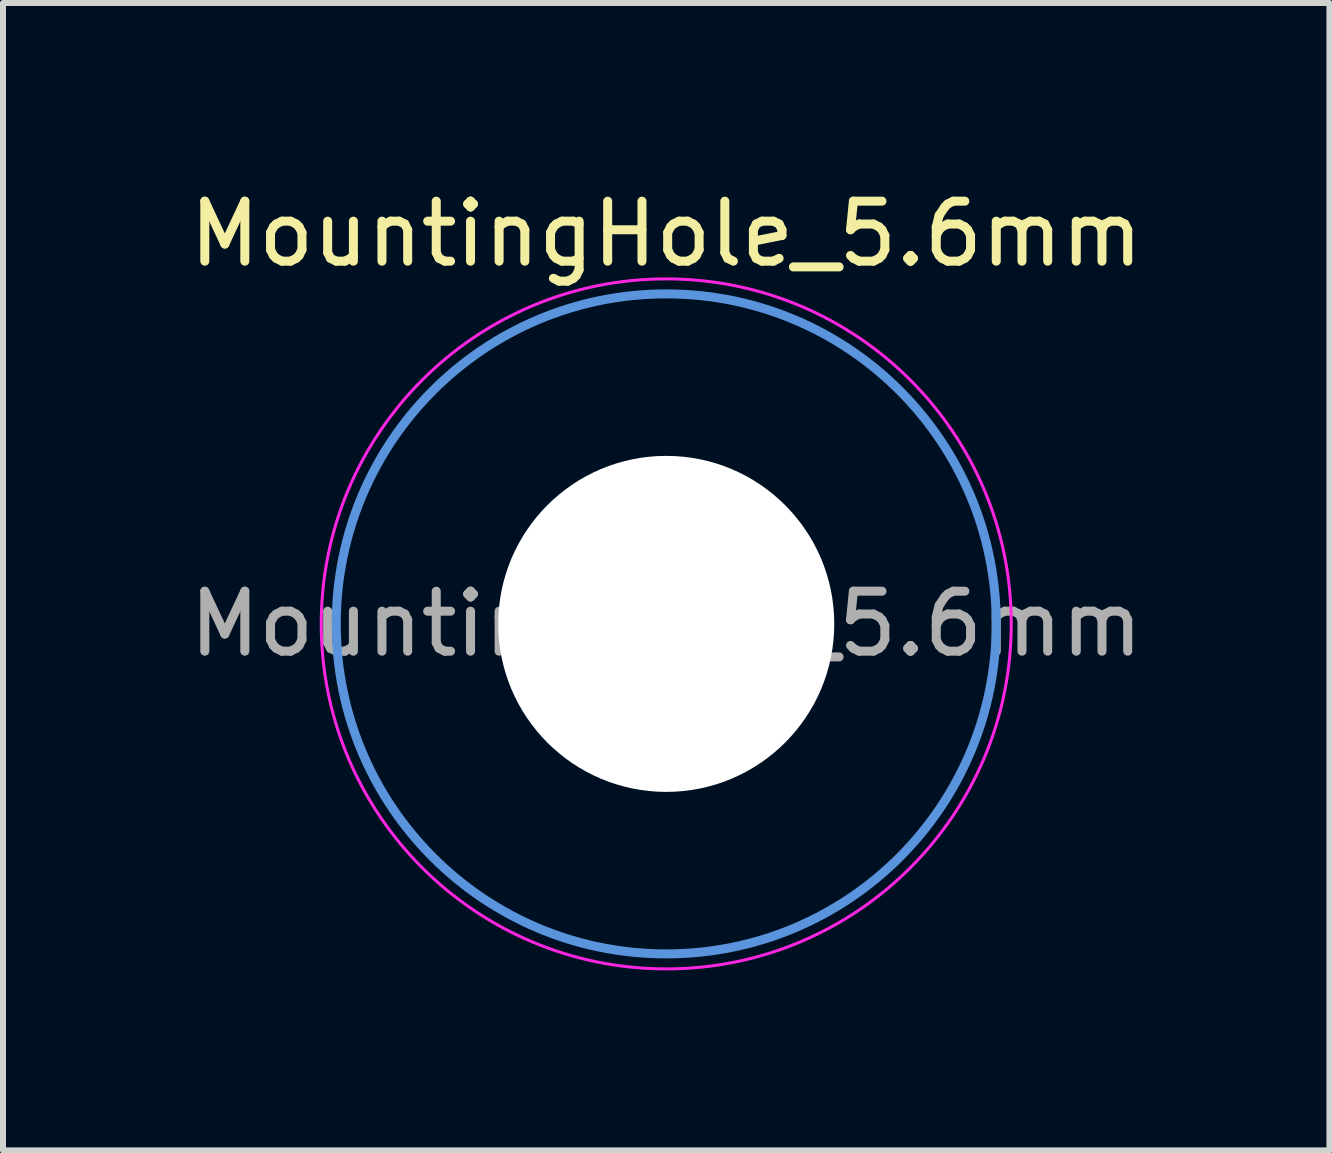
<source format=kicad_pcb>
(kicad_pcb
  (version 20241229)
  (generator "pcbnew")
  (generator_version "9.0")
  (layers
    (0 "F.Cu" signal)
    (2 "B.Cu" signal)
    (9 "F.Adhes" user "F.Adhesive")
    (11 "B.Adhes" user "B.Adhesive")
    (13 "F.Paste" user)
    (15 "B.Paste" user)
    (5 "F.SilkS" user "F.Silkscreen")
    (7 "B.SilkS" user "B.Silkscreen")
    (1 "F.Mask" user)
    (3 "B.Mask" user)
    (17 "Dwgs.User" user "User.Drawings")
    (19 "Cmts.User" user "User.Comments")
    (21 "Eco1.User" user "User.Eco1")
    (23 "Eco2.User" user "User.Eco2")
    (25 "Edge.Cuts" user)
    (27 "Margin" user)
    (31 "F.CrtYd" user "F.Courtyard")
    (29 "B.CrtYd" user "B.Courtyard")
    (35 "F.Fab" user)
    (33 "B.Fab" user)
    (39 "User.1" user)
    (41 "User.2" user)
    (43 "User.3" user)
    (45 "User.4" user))
  (footprint "MountingHole_5.6mm"
    (layer "F.Cu")
    (at 8.054 7.348)
    (property "Reference" "MountingHole_5.6mm" (at 0 -6.5 0) (layer "F.SilkS") (effects (font (size 1 1) (thickness 0.15))))
    (attr exclude_from_pos_files exclude_from_bom)
    (fp_circle (center 0 0) (end 5.5 0) (stroke (width 0.15) (type solid)) (fill no) (layer "Cmts.User"))
    (fp_circle (center 0 0) (end 5.75 0) (stroke (width 0.05) (type solid)) (fill no) (layer "F.CrtYd"))
    (fp_text user "${REFERENCE}" (at 0 0 0) (layer "F.Fab") (effects (font (size 1 1) (thickness 0.15))))
    (pad "" np_thru_hole circle (at 0 0) (size 5.6 5.6) (drill 5.6) (layers "*.Cu" "*.Mask")))
  (gr_rect
    (start -3 -3)
    (end 19.107 16.123)
    (stroke (width 0.1) (type default))
    (fill no)
    (layer "Edge.Cuts")))
</source>
